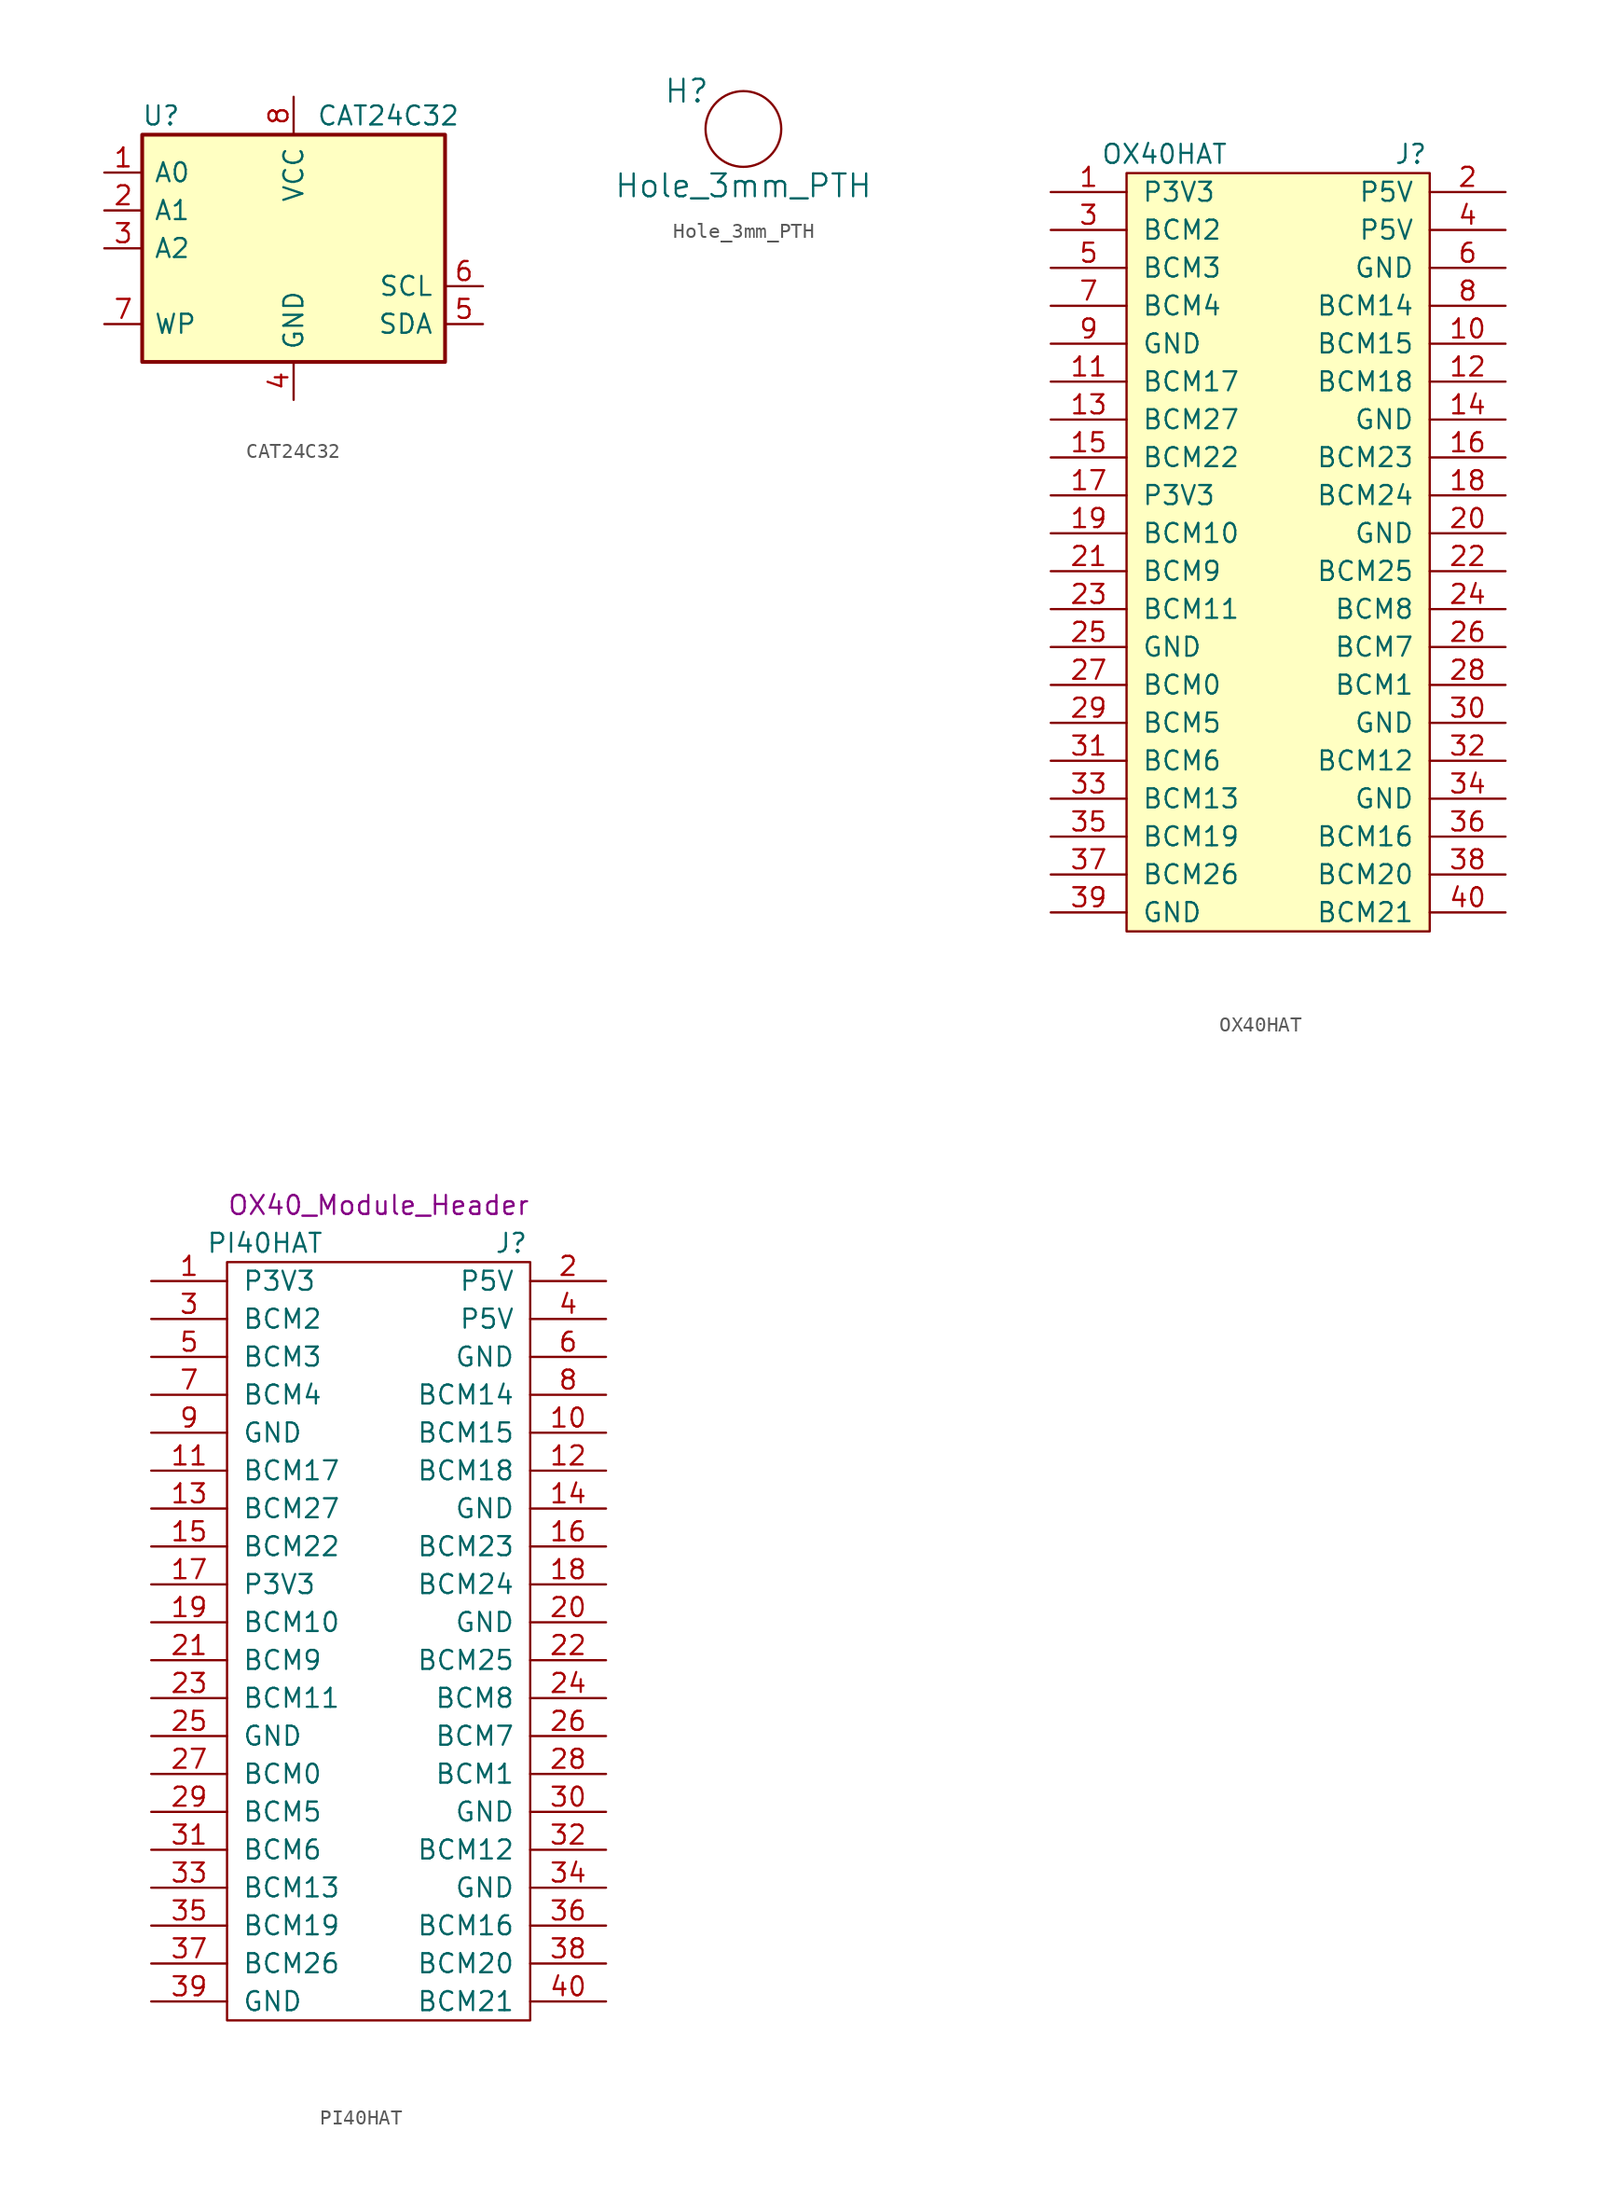
<source format=kicad_sym>
(kicad_symbol_lib
  (version 20201005)
  (generator kicad_symbol_editor)
  (symbol "CarPiPowerHat:CAT24C32"
    (pin_names
      (offset 0.762))
    (property "Reference" "U"
      (at -8.89 8.89 0)
      (effects (font (size 1.27 1.27))))
    (property "Value" "CAT24C32"
      (at 6.35 8.89 0)
      (effects (font (size 1.27 1.27))))
    (property "Footprint" ""
      (at 0 0 0)
      (effects (font (size 1.27 1.27))))
    (property "Datasheet" ""
      (at 0 0 0)
      (effects (font (size 1.27 1.27))))
    (symbol "CAT24C32_0_0"
      (pin power_in line (at 0 -10.16 90) (length 2.54) (name "GND" (effects (font (size 1.27 1.27)))) (number "4" (effects (font (size 1.27 1.27)))))
      (pin power_in line (at 0 10.16 270) (length 2.54) (name "VCC" (effects (font (size 1.27 1.27)))) (number "8" (effects (font (size 1.27 1.27))))))
    (symbol "CAT24C32_1_1"
      (rectangle (start -10.16 -7.62) (end 10.16 7.62) (stroke (width 0.254)) (fill (type background)))
      (pin input line (at -12.7 5.08 0) (length 2.54) (name "A0" (effects (font (size 1.27 1.27)))) (number "1" (effects (font (size 1.27 1.27)))))
      (pin input line (at -12.7 2.54 0) (length 2.54) (name "A1" (effects (font (size 1.27 1.27)))) (number "2" (effects (font (size 1.27 1.27)))))
      (pin input line (at -12.7 0 0) (length 2.54) (name "A2" (effects (font (size 1.27 1.27)))) (number "3" (effects (font (size 1.27 1.27)))))
      (pin bidirectional line (at 12.7 -5.08 180) (length 2.54) (name "SDA" (effects (font (size 1.27 1.27)))) (number "5" (effects (font (size 1.27 1.27)))))
      (pin input line (at 12.7 -2.54 180) (length 2.54) (name "SCL" (effects (font (size 1.27 1.27)))) (number "6" (effects (font (size 1.27 1.27)))))
      (pin input line (at -12.7 -5.08 0) (length 2.54) (name "WP" (effects (font (size 1.27 1.27)))) (number "7" (effects (font (size 1.27 1.27)))))))
  (symbol "CarPiPowerHat:Hole_3mm_PTH"
    (pin_numbers hide)
    (pin_names
      (offset 1.016) hide)
    (property "Reference" "H"
      (at -3.81 2.54 0)
      (effects (font (size 1.524 1.524))))
    (property "Value" "Hole_3mm_PTH"
      (at 0 -3.81 0)
      (effects (font (size 1.524 1.524))))
    (symbol "Hole_3mm_PTH_0_1"
      (circle (center 0 0) (radius 2.54) (stroke (width 0)) (fill (type none)))))
  (symbol "CarPiPowerHat:OX40HAT"
    (pin_names
      (offset 1.016))
    (property "Reference" "J"
      (at 8.89 2.54 0)
      (effects (font (size 1.27 1.27))))
    (property "Value" "OX40HAT"
      (at -7.62 2.54 0)
      (effects (font (size 1.27 1.27))))
    (property "Datasheet" ""
      (at -17.78 0 0)
      (effects (font (size 1.27 1.27))))
    (symbol "OX40HAT_0_1"
      (rectangle (start -10.16 1.27) (end 10.16 -49.53) (stroke (width 0)) (fill (type background))))
    (symbol "OX40HAT_1_1"
      (pin bidirectional line (at -15.24 0 0) (length 5.08) (name "P3V3" (effects (font (size 1.27 1.27)))) (number "1" (effects (font (size 1.27 1.27)))))
      (pin bidirectional line (at 15.24 -10.16 180) (length 5.08) (name "BCM15" (effects (font (size 1.27 1.27)))) (number "10" (effects (font (size 1.27 1.27)))))
      (pin bidirectional line (at -15.24 -12.7 0) (length 5.08) (name "BCM17" (effects (font (size 1.27 1.27)))) (number "11" (effects (font (size 1.27 1.27)))))
      (pin bidirectional line (at 15.24 -12.7 180) (length 5.08) (name "BCM18" (effects (font (size 1.27 1.27)))) (number "12" (effects (font (size 1.27 1.27)))))
      (pin bidirectional line (at -15.24 -15.24 0) (length 5.08) (name "BCM27" (effects (font (size 1.27 1.27)))) (number "13" (effects (font (size 1.27 1.27)))))
      (pin bidirectional line (at 15.24 -15.24 180) (length 5.08) (name "GND" (effects (font (size 1.27 1.27)))) (number "14" (effects (font (size 1.27 1.27)))))
      (pin bidirectional line (at -15.24 -17.78 0) (length 5.08) (name "BCM22" (effects (font (size 1.27 1.27)))) (number "15" (effects (font (size 1.27 1.27)))))
      (pin bidirectional line (at 15.24 -17.78 180) (length 5.08) (name "BCM23" (effects (font (size 1.27 1.27)))) (number "16" (effects (font (size 1.27 1.27)))))
      (pin bidirectional line (at -15.24 -20.32 0) (length 5.08) (name "P3V3" (effects (font (size 1.27 1.27)))) (number "17" (effects (font (size 1.27 1.27)))))
      (pin bidirectional line (at 15.24 -20.32 180) (length 5.08) (name "BCM24" (effects (font (size 1.27 1.27)))) (number "18" (effects (font (size 1.27 1.27)))))
      (pin bidirectional line (at -15.24 -22.86 0) (length 5.08) (name "BCM10" (effects (font (size 1.27 1.27)))) (number "19" (effects (font (size 1.27 1.27)))))
      (pin bidirectional line (at 15.24 0 180) (length 5.08) (name "P5V" (effects (font (size 1.27 1.27)))) (number "2" (effects (font (size 1.27 1.27)))))
      (pin bidirectional line (at 15.24 -22.86 180) (length 5.08) (name "GND" (effects (font (size 1.27 1.27)))) (number "20" (effects (font (size 1.27 1.27)))))
      (pin bidirectional line (at -15.24 -25.4 0) (length 5.08) (name "BCM9" (effects (font (size 1.27 1.27)))) (number "21" (effects (font (size 1.27 1.27)))))
      (pin bidirectional line (at 15.24 -25.4 180) (length 5.08) (name "BCM25" (effects (font (size 1.27 1.27)))) (number "22" (effects (font (size 1.27 1.27)))))
      (pin bidirectional line (at -15.24 -27.94 0) (length 5.08) (name "BCM11" (effects (font (size 1.27 1.27)))) (number "23" (effects (font (size 1.27 1.27)))))
      (pin bidirectional line (at 15.24 -27.94 180) (length 5.08) (name "BCM8" (effects (font (size 1.27 1.27)))) (number "24" (effects (font (size 1.27 1.27)))))
      (pin bidirectional line (at -15.24 -30.48 0) (length 5.08) (name "GND" (effects (font (size 1.27 1.27)))) (number "25" (effects (font (size 1.27 1.27)))))
      (pin bidirectional line (at 15.24 -30.48 180) (length 5.08) (name "BCM7" (effects (font (size 1.27 1.27)))) (number "26" (effects (font (size 1.27 1.27)))))
      (pin bidirectional line (at -15.24 -33.02 0) (length 5.08) (name "BCM0" (effects (font (size 1.27 1.27)))) (number "27" (effects (font (size 1.27 1.27)))))
      (pin bidirectional line (at 15.24 -33.02 180) (length 5.08) (name "BCM1" (effects (font (size 1.27 1.27)))) (number "28" (effects (font (size 1.27 1.27)))))
      (pin bidirectional line (at -15.24 -35.56 0) (length 5.08) (name "BCM5" (effects (font (size 1.27 1.27)))) (number "29" (effects (font (size 1.27 1.27)))))
      (pin bidirectional line (at -15.24 -2.54 0) (length 5.08) (name "BCM2" (effects (font (size 1.27 1.27)))) (number "3" (effects (font (size 1.27 1.27)))))
      (pin bidirectional line (at 15.24 -35.56 180) (length 5.08) (name "GND" (effects (font (size 1.27 1.27)))) (number "30" (effects (font (size 1.27 1.27)))))
      (pin bidirectional line (at -15.24 -38.1 0) (length 5.08) (name "BCM6" (effects (font (size 1.27 1.27)))) (number "31" (effects (font (size 1.27 1.27)))))
      (pin bidirectional line (at 15.24 -38.1 180) (length 5.08) (name "BCM12" (effects (font (size 1.27 1.27)))) (number "32" (effects (font (size 1.27 1.27)))))
      (pin bidirectional line (at -15.24 -40.64 0) (length 5.08) (name "BCM13" (effects (font (size 1.27 1.27)))) (number "33" (effects (font (size 1.27 1.27)))))
      (pin bidirectional line (at 15.24 -40.64 180) (length 5.08) (name "GND" (effects (font (size 1.27 1.27)))) (number "34" (effects (font (size 1.27 1.27)))))
      (pin bidirectional line (at -15.24 -43.18 0) (length 5.08) (name "BCM19" (effects (font (size 1.27 1.27)))) (number "35" (effects (font (size 1.27 1.27)))))
      (pin bidirectional line (at 15.24 -43.18 180) (length 5.08) (name "BCM16" (effects (font (size 1.27 1.27)))) (number "36" (effects (font (size 1.27 1.27)))))
      (pin bidirectional line (at -15.24 -45.72 0) (length 5.08) (name "BCM26" (effects (font (size 1.27 1.27)))) (number "37" (effects (font (size 1.27 1.27)))))
      (pin bidirectional line (at 15.24 -45.72 180) (length 5.08) (name "BCM20" (effects (font (size 1.27 1.27)))) (number "38" (effects (font (size 1.27 1.27)))))
      (pin bidirectional line (at -15.24 -48.26 0) (length 5.08) (name "GND" (effects (font (size 1.27 1.27)))) (number "39" (effects (font (size 1.27 1.27)))))
      (pin bidirectional line (at 15.24 -2.54 180) (length 5.08) (name "P5V" (effects (font (size 1.27 1.27)))) (number "4" (effects (font (size 1.27 1.27)))))
      (pin bidirectional line (at 15.24 -48.26 180) (length 5.08) (name "BCM21" (effects (font (size 1.27 1.27)))) (number "40" (effects (font (size 1.27 1.27)))))
      (pin bidirectional line (at -15.24 -5.08 0) (length 5.08) (name "BCM3" (effects (font (size 1.27 1.27)))) (number "5" (effects (font (size 1.27 1.27)))))
      (pin bidirectional line (at 15.24 -5.08 180) (length 5.08) (name "GND" (effects (font (size 1.27 1.27)))) (number "6" (effects (font (size 1.27 1.27)))))
      (pin bidirectional line (at -15.24 -7.62 0) (length 5.08) (name "BCM4" (effects (font (size 1.27 1.27)))) (number "7" (effects (font (size 1.27 1.27)))))
      (pin bidirectional line (at 15.24 -7.62 180) (length 5.08) (name "BCM14" (effects (font (size 1.27 1.27)))) (number "8" (effects (font (size 1.27 1.27)))))
      (pin bidirectional line (at -15.24 -10.16 0) (length 5.08) (name "GND" (effects (font (size 1.27 1.27)))) (number "9" (effects (font (size 1.27 1.27)))))))
  (symbol "CarPiPowerHat:PI40HAT"
    (pin_names
      (offset 1.016))
    (property "Reference" "J"
      (at 8.89 2.54 0)
      (effects (font (size 1.27 1.27))))
    (property "Value" "PI40HAT"
      (at -7.62 2.54 0)
      (effects (font (size 1.27 1.27))))
    (property "Footprint" "OX40_Module_Header"
      (at 0 5.08 0)
      (effects (font (size 1.27 1.27))))
    (property "Datasheet" ""
      (at -17.78 0 0)
      (effects (font (size 1.27 1.27))))
    (symbol "PI40HAT_0_1"
      (rectangle (start -10.16 1.27) (end 10.16 -49.53) (stroke (width 0)) (fill (type none))))
    (symbol "PI40HAT_1_1"
      (pin passive line (at -15.24 0 0) (length 5.08) (name "P3V3" (effects (font (size 1.27 1.27)))) (number "1" (effects (font (size 1.27 1.27)))))
      (pin passive line (at 15.24 -10.16 180) (length 5.08) (name "BCM15" (effects (font (size 1.27 1.27)))) (number "10" (effects (font (size 1.27 1.27)))))
      (pin passive line (at -15.24 -12.7 0) (length 5.08) (name "BCM17" (effects (font (size 1.27 1.27)))) (number "11" (effects (font (size 1.27 1.27)))))
      (pin passive line (at 15.24 -12.7 180) (length 5.08) (name "BCM18" (effects (font (size 1.27 1.27)))) (number "12" (effects (font (size 1.27 1.27)))))
      (pin passive line (at -15.24 -15.24 0) (length 5.08) (name "BCM27" (effects (font (size 1.27 1.27)))) (number "13" (effects (font (size 1.27 1.27)))))
      (pin passive line (at 15.24 -15.24 180) (length 5.08) (name "GND" (effects (font (size 1.27 1.27)))) (number "14" (effects (font (size 1.27 1.27)))))
      (pin passive line (at -15.24 -17.78 0) (length 5.08) (name "BCM22" (effects (font (size 1.27 1.27)))) (number "15" (effects (font (size 1.27 1.27)))))
      (pin passive line (at 15.24 -17.78 180) (length 5.08) (name "BCM23" (effects (font (size 1.27 1.27)))) (number "16" (effects (font (size 1.27 1.27)))))
      (pin passive line (at -15.24 -20.32 0) (length 5.08) (name "P3V3" (effects (font (size 1.27 1.27)))) (number "17" (effects (font (size 1.27 1.27)))))
      (pin passive line (at 15.24 -20.32 180) (length 5.08) (name "BCM24" (effects (font (size 1.27 1.27)))) (number "18" (effects (font (size 1.27 1.27)))))
      (pin passive line (at -15.24 -22.86 0) (length 5.08) (name "BCM10" (effects (font (size 1.27 1.27)))) (number "19" (effects (font (size 1.27 1.27)))))
      (pin passive line (at 15.24 0 180) (length 5.08) (name "P5V" (effects (font (size 1.27 1.27)))) (number "2" (effects (font (size 1.27 1.27)))))
      (pin passive line (at 15.24 -22.86 180) (length 5.08) (name "GND" (effects (font (size 1.27 1.27)))) (number "20" (effects (font (size 1.27 1.27)))))
      (pin passive line (at -15.24 -25.4 0) (length 5.08) (name "BCM9" (effects (font (size 1.27 1.27)))) (number "21" (effects (font (size 1.27 1.27)))))
      (pin passive line (at 15.24 -25.4 180) (length 5.08) (name "BCM25" (effects (font (size 1.27 1.27)))) (number "22" (effects (font (size 1.27 1.27)))))
      (pin passive line (at -15.24 -27.94 0) (length 5.08) (name "BCM11" (effects (font (size 1.27 1.27)))) (number "23" (effects (font (size 1.27 1.27)))))
      (pin passive line (at 15.24 -27.94 180) (length 5.08) (name "BCM8" (effects (font (size 1.27 1.27)))) (number "24" (effects (font (size 1.27 1.27)))))
      (pin passive line (at -15.24 -30.48 0) (length 5.08) (name "GND" (effects (font (size 1.27 1.27)))) (number "25" (effects (font (size 1.27 1.27)))))
      (pin passive line (at 15.24 -30.48 180) (length 5.08) (name "BCM7" (effects (font (size 1.27 1.27)))) (number "26" (effects (font (size 1.27 1.27)))))
      (pin passive line (at -15.24 -33.02 0) (length 5.08) (name "BCM0" (effects (font (size 1.27 1.27)))) (number "27" (effects (font (size 1.27 1.27)))))
      (pin passive line (at 15.24 -33.02 180) (length 5.08) (name "BCM1" (effects (font (size 1.27 1.27)))) (number "28" (effects (font (size 1.27 1.27)))))
      (pin passive line (at -15.24 -35.56 0) (length 5.08) (name "BCM5" (effects (font (size 1.27 1.27)))) (number "29" (effects (font (size 1.27 1.27)))))
      (pin passive line (at -15.24 -2.54 0) (length 5.08) (name "BCM2" (effects (font (size 1.27 1.27)))) (number "3" (effects (font (size 1.27 1.27)))))
      (pin passive line (at 15.24 -35.56 180) (length 5.08) (name "GND" (effects (font (size 1.27 1.27)))) (number "30" (effects (font (size 1.27 1.27)))))
      (pin passive line (at -15.24 -38.1 0) (length 5.08) (name "BCM6" (effects (font (size 1.27 1.27)))) (number "31" (effects (font (size 1.27 1.27)))))
      (pin passive line (at 15.24 -38.1 180) (length 5.08) (name "BCM12" (effects (font (size 1.27 1.27)))) (number "32" (effects (font (size 1.27 1.27)))))
      (pin passive line (at -15.24 -40.64 0) (length 5.08) (name "BCM13" (effects (font (size 1.27 1.27)))) (number "33" (effects (font (size 1.27 1.27)))))
      (pin passive line (at 15.24 -40.64 180) (length 5.08) (name "GND" (effects (font (size 1.27 1.27)))) (number "34" (effects (font (size 1.27 1.27)))))
      (pin passive line (at -15.24 -43.18 0) (length 5.08) (name "BCM19" (effects (font (size 1.27 1.27)))) (number "35" (effects (font (size 1.27 1.27)))))
      (pin passive line (at 15.24 -43.18 180) (length 5.08) (name "BCM16" (effects (font (size 1.27 1.27)))) (number "36" (effects (font (size 1.27 1.27)))))
      (pin passive line (at -15.24 -45.72 0) (length 5.08) (name "BCM26" (effects (font (size 1.27 1.27)))) (number "37" (effects (font (size 1.27 1.27)))))
      (pin passive line (at 15.24 -45.72 180) (length 5.08) (name "BCM20" (effects (font (size 1.27 1.27)))) (number "38" (effects (font (size 1.27 1.27)))))
      (pin passive line (at -15.24 -48.26 0) (length 5.08) (name "GND" (effects (font (size 1.27 1.27)))) (number "39" (effects (font (size 1.27 1.27)))))
      (pin passive line (at 15.24 -2.54 180) (length 5.08) (name "P5V" (effects (font (size 1.27 1.27)))) (number "4" (effects (font (size 1.27 1.27)))))
      (pin passive line (at 15.24 -48.26 180) (length 5.08) (name "BCM21" (effects (font (size 1.27 1.27)))) (number "40" (effects (font (size 1.27 1.27)))))
      (pin passive line (at -15.24 -5.08 0) (length 5.08) (name "BCM3" (effects (font (size 1.27 1.27)))) (number "5" (effects (font (size 1.27 1.27)))))
      (pin passive line (at 15.24 -5.08 180) (length 5.08) (name "GND" (effects (font (size 1.27 1.27)))) (number "6" (effects (font (size 1.27 1.27)))))
      (pin passive line (at -15.24 -7.62 0) (length 5.08) (name "BCM4" (effects (font (size 1.27 1.27)))) (number "7" (effects (font (size 1.27 1.27)))))
      (pin passive line (at 15.24 -7.62 180) (length 5.08) (name "BCM14" (effects (font (size 1.27 1.27)))) (number "8" (effects (font (size 1.27 1.27)))))
      (pin passive line (at -15.24 -10.16 0) (length 5.08) (name "GND" (effects (font (size 1.27 1.27)))) (number "9" (effects (font (size 1.27 1.27))))))))
</source>
